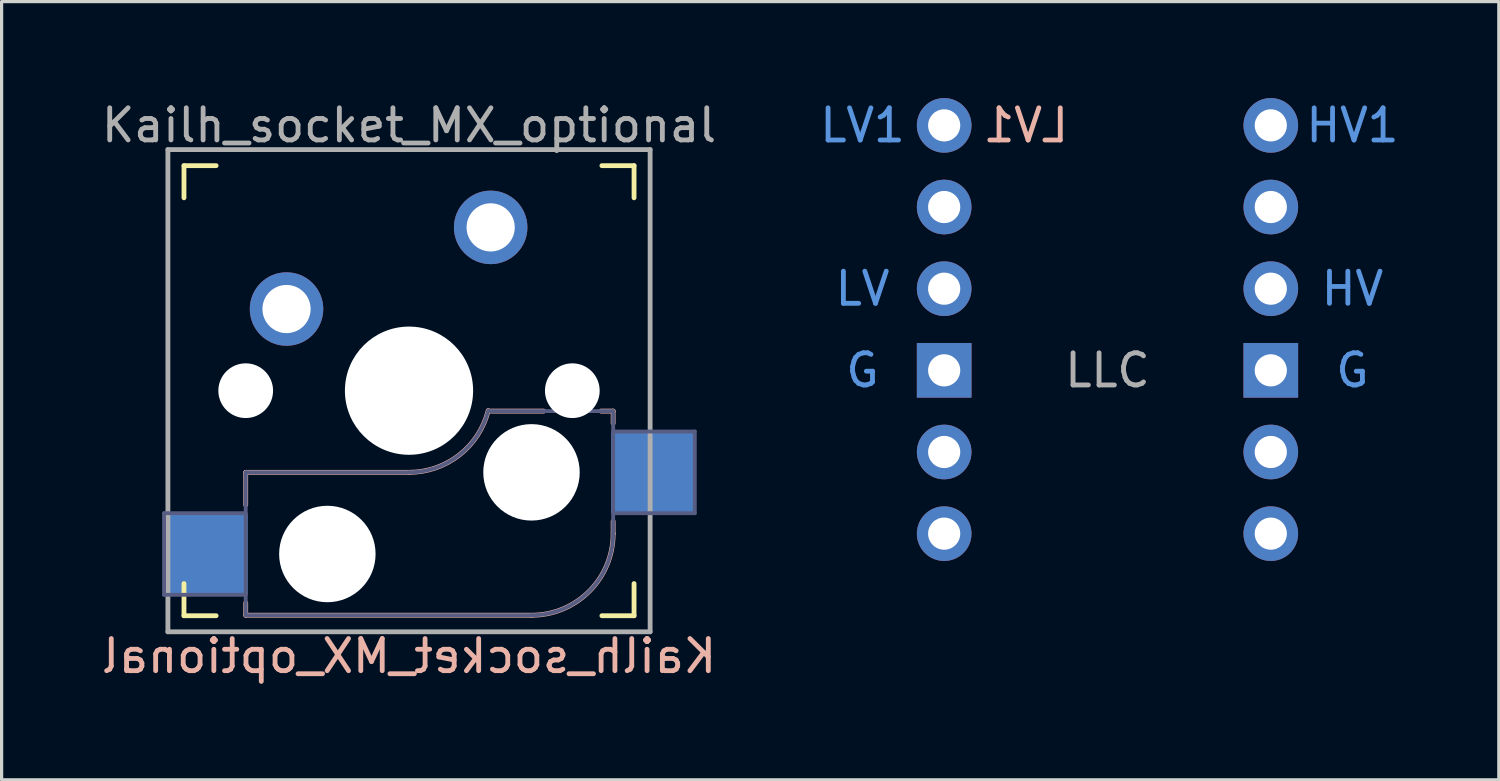
<source format=kicad_pcb>
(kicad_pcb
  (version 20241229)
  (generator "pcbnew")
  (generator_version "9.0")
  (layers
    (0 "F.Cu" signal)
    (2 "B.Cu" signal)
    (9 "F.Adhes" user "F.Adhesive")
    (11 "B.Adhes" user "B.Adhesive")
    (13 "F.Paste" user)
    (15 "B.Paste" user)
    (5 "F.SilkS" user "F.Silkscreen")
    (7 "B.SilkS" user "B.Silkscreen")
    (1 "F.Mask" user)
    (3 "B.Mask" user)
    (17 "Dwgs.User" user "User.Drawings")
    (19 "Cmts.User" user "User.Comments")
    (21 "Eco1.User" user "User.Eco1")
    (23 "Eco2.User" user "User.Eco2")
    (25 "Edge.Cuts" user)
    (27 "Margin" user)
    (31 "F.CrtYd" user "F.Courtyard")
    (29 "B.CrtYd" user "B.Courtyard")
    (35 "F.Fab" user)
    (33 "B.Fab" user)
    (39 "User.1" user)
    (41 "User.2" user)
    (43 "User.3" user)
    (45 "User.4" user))
  (footprint "Kailh_socket_MX_optional"
    (layer "F.Cu")
    (at 9.673 9.103)
    (property "Reference" "Kailh_socket_MX_optional" (at 0 -8.255 0) (layer "F.Fab") (effects (font (size 1 1) (thickness 0.15))))
    (property "Value" "Kailh_socket_MX_optional" (at 0 8.255 0) (layer "F.SilkS") (hide yes) (effects (font (size 1 1) (thickness 0.15))))
    (attr through_hole)
    (fp_line (start -7 -6) (end -7 -7) (stroke (width 0.15) (type solid)) (layer "F.SilkS"))
    (fp_line (start -7 7) (end -7 6) (stroke (width 0.15) (type solid)) (layer "F.SilkS"))
    (fp_line (start -7 7) (end -6 7) (stroke (width 0.15) (type solid)) (layer "F.SilkS"))
    (fp_line (start -6 -7) (end -7 -7) (stroke (width 0.15) (type solid)) (layer "F.SilkS"))
    (fp_line (start 6 7) (end 7 7) (stroke (width 0.15) (type solid)) (layer "F.SilkS"))
    (fp_line (start 7 -7) (end 6 -7) (stroke (width 0.15) (type solid)) (layer "F.SilkS"))
    (fp_line (start 7 -7) (end 7 -6) (stroke (width 0.15) (type solid)) (layer "F.SilkS"))
    (fp_line (start 7 6) (end 7 7) (stroke (width 0.15) (type solid)) (layer "F.SilkS"))
    (fp_line (start -5.08 2.54) (end -5.08 3.556) (stroke (width 0.15) (type solid)) (layer "B.SilkS"))
    (fp_line (start -5.08 6.604) (end -5.08 6.985) (stroke (width 0.15) (type solid)) (layer "B.SilkS"))
    (fp_line (start -5.08 6.985) (end 3.81 6.985) (stroke (width 0.15) (type solid)) (layer "B.SilkS"))
    (fp_line (start 0 2.54) (end -5.08 2.54) (stroke (width 0.15) (type solid)) (layer "B.SilkS"))
    (fp_line (start 4.191 0.635) (end 2.54 0.635) (stroke (width 0.15) (type solid)) (layer "B.SilkS"))
    (fp_line (start 6.35 0.635) (end 5.969 0.635) (stroke (width 0.15) (type solid)) (layer "B.SilkS"))
    (fp_line (start 6.35 1.016) (end 6.35 0.635) (stroke (width 0.15) (type solid)) (layer "B.SilkS"))
    (fp_line (start 6.35 4.445) (end 6.35 4.064) (stroke (width 0.15) (type solid)) (layer "B.SilkS"))
    (fp_arc (start 2.464162 0.61604) (mid 1.563147 2.002042) (end 0 2.54) (stroke (width 0.15) (type solid)) (layer "B.SilkS"))
    (fp_arc (start 6.35 4.445) (mid 5.606051 6.241051) (end 3.81 6.985) (stroke (width 0.15) (type solid)) (layer "B.SilkS"))
    (fp_line (start -6.9 6.9) (end -6.9 -6.9) (stroke (width 0.15) (type solid)) (layer "Eco2.User"))
    (fp_line (start -6.9 6.9) (end 6.9 6.9) (stroke (width 0.15) (type solid)) (layer "Eco2.User"))
    (fp_line (start 6.9 -6.9) (end -6.9 -6.9) (stroke (width 0.15) (type solid)) (layer "Eco2.User"))
    (fp_line (start 6.9 -6.9) (end 6.9 6.9) (stroke (width 0.15) (type solid)) (layer "Eco2.User"))
    (fp_line (start -7.62 3.81) (end -7.62 6.35) (stroke (width 0.12) (type solid)) (layer "B.Fab"))
    (fp_line (start -7.62 6.35) (end -5.08 6.35) (stroke (width 0.12) (type solid)) (layer "B.Fab"))
    (fp_line (start -5.08 2.54) (end -5.08 6.985) (stroke (width 0.12) (type solid)) (layer "B.Fab"))
    (fp_line (start -5.08 3.81) (end -7.62 3.81) (stroke (width 0.12) (type solid)) (layer "B.Fab"))
    (fp_line (start -5.08 6.985) (end 3.81 6.985) (stroke (width 0.12) (type solid)) (layer "B.Fab"))
    (fp_line (start 0 2.54) (end -5.08 2.54) (stroke (width 0.12) (type solid)) (layer "B.Fab"))
    (fp_line (start 6.35 0.635) (end 2.54 0.635) (stroke (width 0.12) (type solid)) (layer "B.Fab"))
    (fp_line (start 6.35 3.81) (end 8.89 3.81) (stroke (width 0.12) (type solid)) (layer "B.Fab"))
    (fp_line (start 6.35 4.445) (end 6.35 0.635) (stroke (width 0.12) (type solid)) (layer "B.Fab"))
    (fp_line (start 8.89 1.27) (end 6.35 1.27) (stroke (width 0.12) (type solid)) (layer "B.Fab"))
    (fp_line (start 8.89 3.81) (end 8.89 1.27) (stroke (width 0.12) (type solid)) (layer "B.Fab"))
    (fp_arc (start 2.464162 0.61604) (mid 1.563147 2.002042) (end 0 2.54) (stroke (width 0.12) (type solid)) (layer "B.Fab"))
    (fp_arc (start 6.35 4.445) (mid 5.606051 6.241051) (end 3.81 6.985) (stroke (width 0.12) (type solid)) (layer "B.Fab"))
    (fp_line (start -7.5 -7.5) (end 7.5 -7.5) (stroke (width 0.15) (type solid)) (layer "F.Fab"))
    (fp_line (start -7.5 7.5) (end -7.5 -7.5) (stroke (width 0.15) (type solid)) (layer "F.Fab"))
    (fp_line (start 7.5 -7.5) (end 7.5 7.5) (stroke (width 0.15) (type solid)) (layer "F.Fab"))
    (fp_line (start 7.5 7.5) (end -7.5 7.5) (stroke (width 0.15) (type solid)) (layer "F.Fab"))
    (fp_text user "${VALUE}" (at 0 8.255 0) (layer "B.SilkS") (effects (font (size 1 1) (thickness 0.15)) (justify mirror)))
    (pad "" np_thru_hole circle (at -5.08 0) (size 1.702 1.702) (drill 1.702) (layers "*.Cu" "*.Mask"))
    (pad "" np_thru_hole circle (at -2.54 5.08) (size 3 3) (drill 3) (layers "*.Cu" "*.Mask"))
    (pad "" np_thru_hole circle (at 0 0) (size 3.988 3.988) (drill 3.988) (layers "*.Cu" "*.Mask"))
    (pad "" np_thru_hole circle (at 3.81 2.54) (size 3 3) (drill 3) (layers "*.Cu" "*.Mask"))
    (pad "" np_thru_hole circle (at 5.08 0) (size 1.702 1.702) (drill 1.702) (layers "*.Cu" "*.Mask"))
    (pad "1" smd rect (at -6.29 5.08) (size 2.55 2.5) (layers "B.Cu" "B.Mask" "B.Paste"))
    (pad "1" thru_hole circle (at -3.81 -2.54) (size 2.286 2.286) (drill 1.499) (layers "*.Cu" "*.Mask"))
    (pad "2" thru_hole circle (at 2.54 -5.08) (size 2.286 2.286) (drill 1.499) (layers "*.Cu" "*.Mask"))
    (pad "2" smd rect (at 7.56 2.54) (size 2.55 2.5) (layers "B.Cu" "B.Mask" "B.Paste")))
  (footprint "LLC"
    (layer "F.Cu")
    (at 31.4 7.2)
    (property "Reference" "LLC" (at 0 1.27 0) (layer "F.Fab") (effects (font (size 1 1) (thickness 0.15))))
    (attr through_hole)
    (fp_text user "LV1" (at -2.54 -6.35 0) (layer "B.SilkS") (effects (font (size 1 1) (thickness 0.15)) (justify mirror)))
    (fp_text user "LV1" (at -7.62 -6.35 0) (layer "Cmts.User") (effects (font (size 1 1) (thickness 0.15))))
    (fp_text user "LV" (at -7.62 -1.27 0) (layer "Cmts.User") (effects (font (size 1 1) (thickness 0.15))))
    (fp_text user "G" (at -7.62 1.27 0) (layer "Cmts.User") (effects (font (size 1 1) (thickness 0.15))))
    (fp_text user "HV" (at 7.62 -1.27 0) (layer "Cmts.User") (effects (font (size 1 1) (thickness 0.15))))
    (fp_text user "HV1" (at 7.62 -6.35 0) (layer "Cmts.User") (effects (font (size 1 1) (thickness 0.15))))
    (fp_text user "G" (at 7.62 1.27 0) (layer "Cmts.User") (effects (font (size 1 1) (thickness 0.15))))
    (pad "1a" thru_hole circle (at -5.08 -6.35) (size 1.7 1.7) (drill 1) (layers "*.Cu" "*.Mask"))
    (pad "1b" thru_hole circle (at 5.08 -6.35) (size 1.7 1.7) (drill 1) (layers "*.Cu" "*.Mask"))
    (pad "2a" thru_hole circle (at -5.08 -3.81) (size 1.7 1.7) (drill 1) (layers "*.Cu" "*.Mask"))
    (pad "2b" thru_hole circle (at 5.08 -3.81) (size 1.7 1.7) (drill 1) (layers "*.Cu" "*.Mask"))
    (pad "3a" thru_hole circle (at -5.08 -1.27) (size 1.7 1.7) (drill 1) (layers "*.Cu" "*.Mask"))
    (pad "3b" thru_hole circle (at 5.08 -1.27) (size 1.7 1.7) (drill 1) (layers "*.Cu" "*.Mask"))
    (pad "4a" thru_hole rect (at -5.08 1.27) (size 1.7 1.7) (drill 1) (layers "*.Cu" "*.Mask"))
    (pad "4b" thru_hole rect (at 5.08 1.27) (size 1.7 1.7) (drill 1) (layers "*.Cu" "*.Mask"))
    (pad "5a" thru_hole circle (at -5.08 3.81) (size 1.7 1.7) (drill 1) (layers "*.Cu" "*.Mask"))
    (pad "5b" thru_hole circle (at 5.08 3.81) (size 1.7 1.7) (drill 1) (layers "*.Cu" "*.Mask"))
    (pad "6a" thru_hole circle (at -5.08 6.35) (size 1.7 1.7) (drill 1) (layers "*.Cu" "*.Mask"))
    (pad "6b" thru_hole circle (at 5.08 6.35) (size 1.7 1.7) (drill 1) (layers "*.Cu" "*.Mask")))
  (gr_rect
    (start -3 -3)
    (end 43.573 21.206)
    (stroke (width 0.1) (type default))
    (fill no)
    (layer "Edge.Cuts")))
</source>
